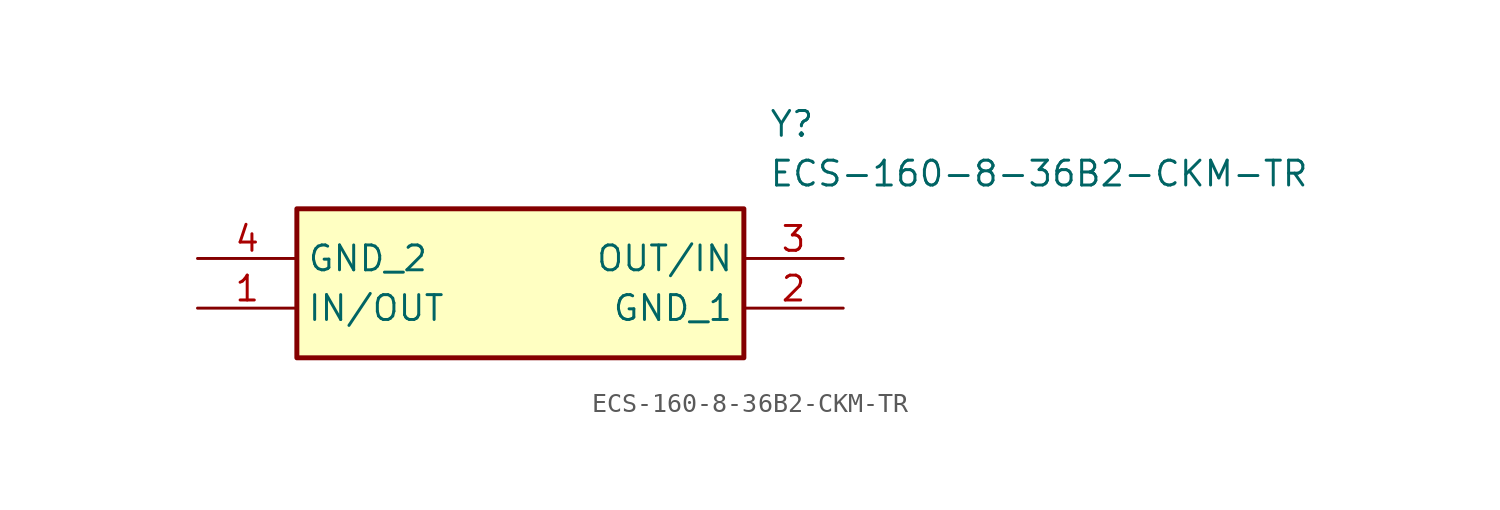
<source format=kicad_sym>
(kicad_symbol_lib
  (version 20211014)
  (generator SamacSys_ECAD_Model)
  (symbol "ECS-160-8-36B2-CKM-TR"
    (property "Reference" "Y"
      (at 29.21 7.62 0)
      (effects (font (size 1.27 1.27)) (justify left top)))
    (property "Value" "ECS-160-8-36B2-CKM-TR"
      (at 29.21 5.08 0)
      (effects (font (size 1.27 1.27)) (justify left top)))
    (rectangle
      (start 5.08 2.54)
      (end 27.94 -5.08)
      (stroke (width 0.254) (type default))
      (fill (type background)))
    (pin passive line
      (at 0 -2.54 0)
      (length 5.08)
      (name "IN/OUT" (effects (font (size 1.27 1.27))))
      (number "1" (effects (font (size 1.27 1.27)))))
    (pin passive line
      (at 33.02 -2.54 180)
      (length 5.08)
      (name "GND_1" (effects (font (size 1.27 1.27))))
      (number "2" (effects (font (size 1.27 1.27)))))
    (pin passive line
      (at 33.02 0 180)
      (length 5.08)
      (name "OUT/IN" (effects (font (size 1.27 1.27))))
      (number "3" (effects (font (size 1.27 1.27)))))
    (pin passive line
      (at 0 0 0)
      (length 5.08)
      (name "GND_2" (effects (font (size 1.27 1.27))))
      (number "4" (effects (font (size 1.27 1.27)))))))
</source>
